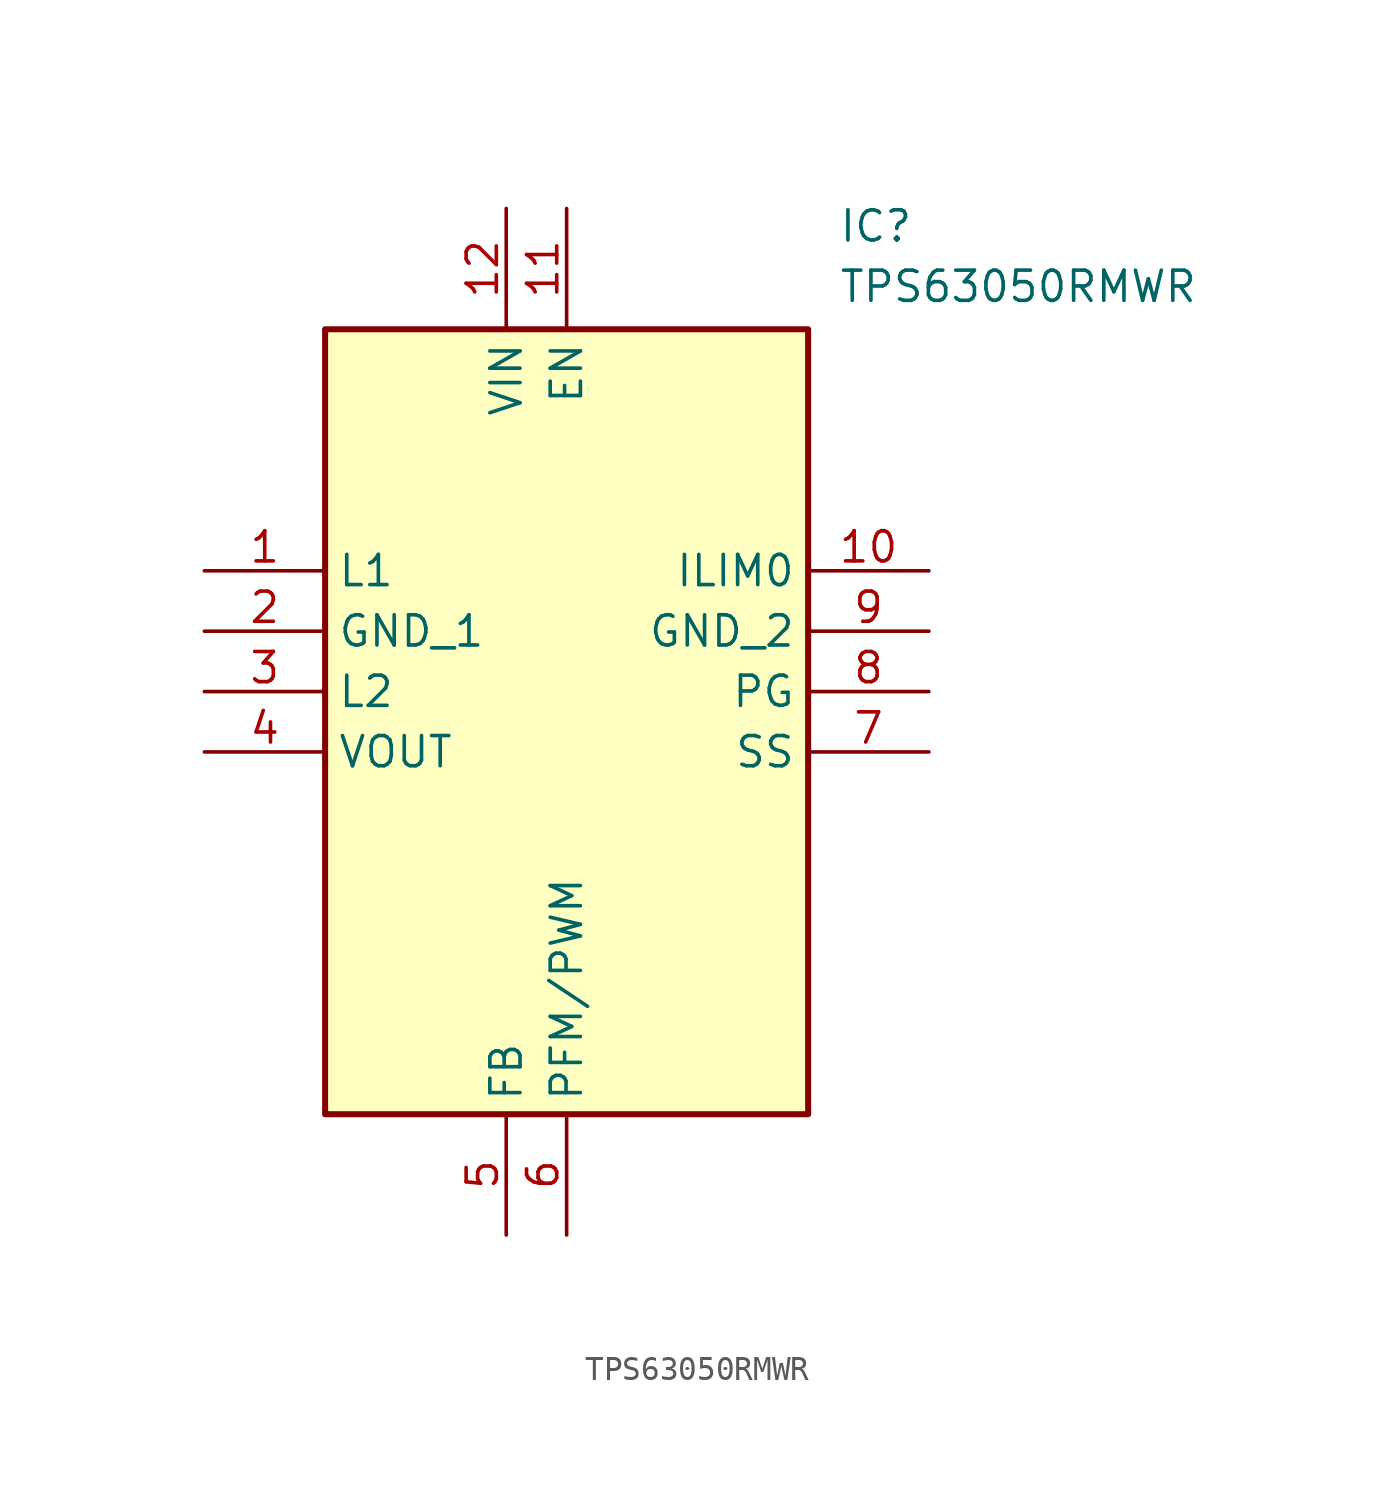
<source format=kicad_sym>
(kicad_symbol_lib
  (version 20220914)
  (generator kicad_symbol_editor)
  (symbol "TPS63050RMWR"
    (property "Reference" "IC"
      (at 26.67 15.24 0)
      (effects (font (size 1.27 1.27)) (justify left top)))
    (property "Value" "TPS63050RMWR"
      (at 26.67 12.7 0)
      (effects (font (size 1.27 1.27)) (justify left top)))
    (symbol "TPS63050RMWR_1_1"
      (rectangle (start 5.08 10.16) (end 25.4 -22.86) (stroke (width 0.254) (type default)) (fill (type background)))
      (pin passive line (at 0 0 0) (length 5.08) (name "L1" (effects (font (size 1.27 1.27)))) (number "1" (effects (font (size 1.27 1.27)))))
      (pin passive line (at 30.48 0 180) (length 5.08) (name "ILIM0" (effects (font (size 1.27 1.27)))) (number "10" (effects (font (size 1.27 1.27)))))
      (pin passive line (at 15.24 15.24 270) (length 5.08) (name "EN" (effects (font (size 1.27 1.27)))) (number "11" (effects (font (size 1.27 1.27)))))
      (pin passive line (at 12.7 15.24 270) (length 5.08) (name "VIN" (effects (font (size 1.27 1.27)))) (number "12" (effects (font (size 1.27 1.27)))))
      (pin passive line (at 0 -2.54 0) (length 5.08) (name "GND_1" (effects (font (size 1.27 1.27)))) (number "2" (effects (font (size 1.27 1.27)))))
      (pin passive line (at 0 -5.08 0) (length 5.08) (name "L2" (effects (font (size 1.27 1.27)))) (number "3" (effects (font (size 1.27 1.27)))))
      (pin passive line (at 0 -7.62 0) (length 5.08) (name "VOUT" (effects (font (size 1.27 1.27)))) (number "4" (effects (font (size 1.27 1.27)))))
      (pin passive line (at 12.7 -27.94 90) (length 5.08) (name "FB" (effects (font (size 1.27 1.27)))) (number "5" (effects (font (size 1.27 1.27)))))
      (pin passive line (at 15.24 -27.94 90) (length 5.08) (name "PFM/PWM" (effects (font (size 1.27 1.27)))) (number "6" (effects (font (size 1.27 1.27)))))
      (pin passive line (at 30.48 -7.62 180) (length 5.08) (name "SS" (effects (font (size 1.27 1.27)))) (number "7" (effects (font (size 1.27 1.27)))))
      (pin passive line (at 30.48 -5.08 180) (length 5.08) (name "PG" (effects (font (size 1.27 1.27)))) (number "8" (effects (font (size 1.27 1.27)))))
      (pin passive line (at 30.48 -2.54 180) (length 5.08) (name "GND_2" (effects (font (size 1.27 1.27)))) (number "9" (effects (font (size 1.27 1.27))))))))
</source>
